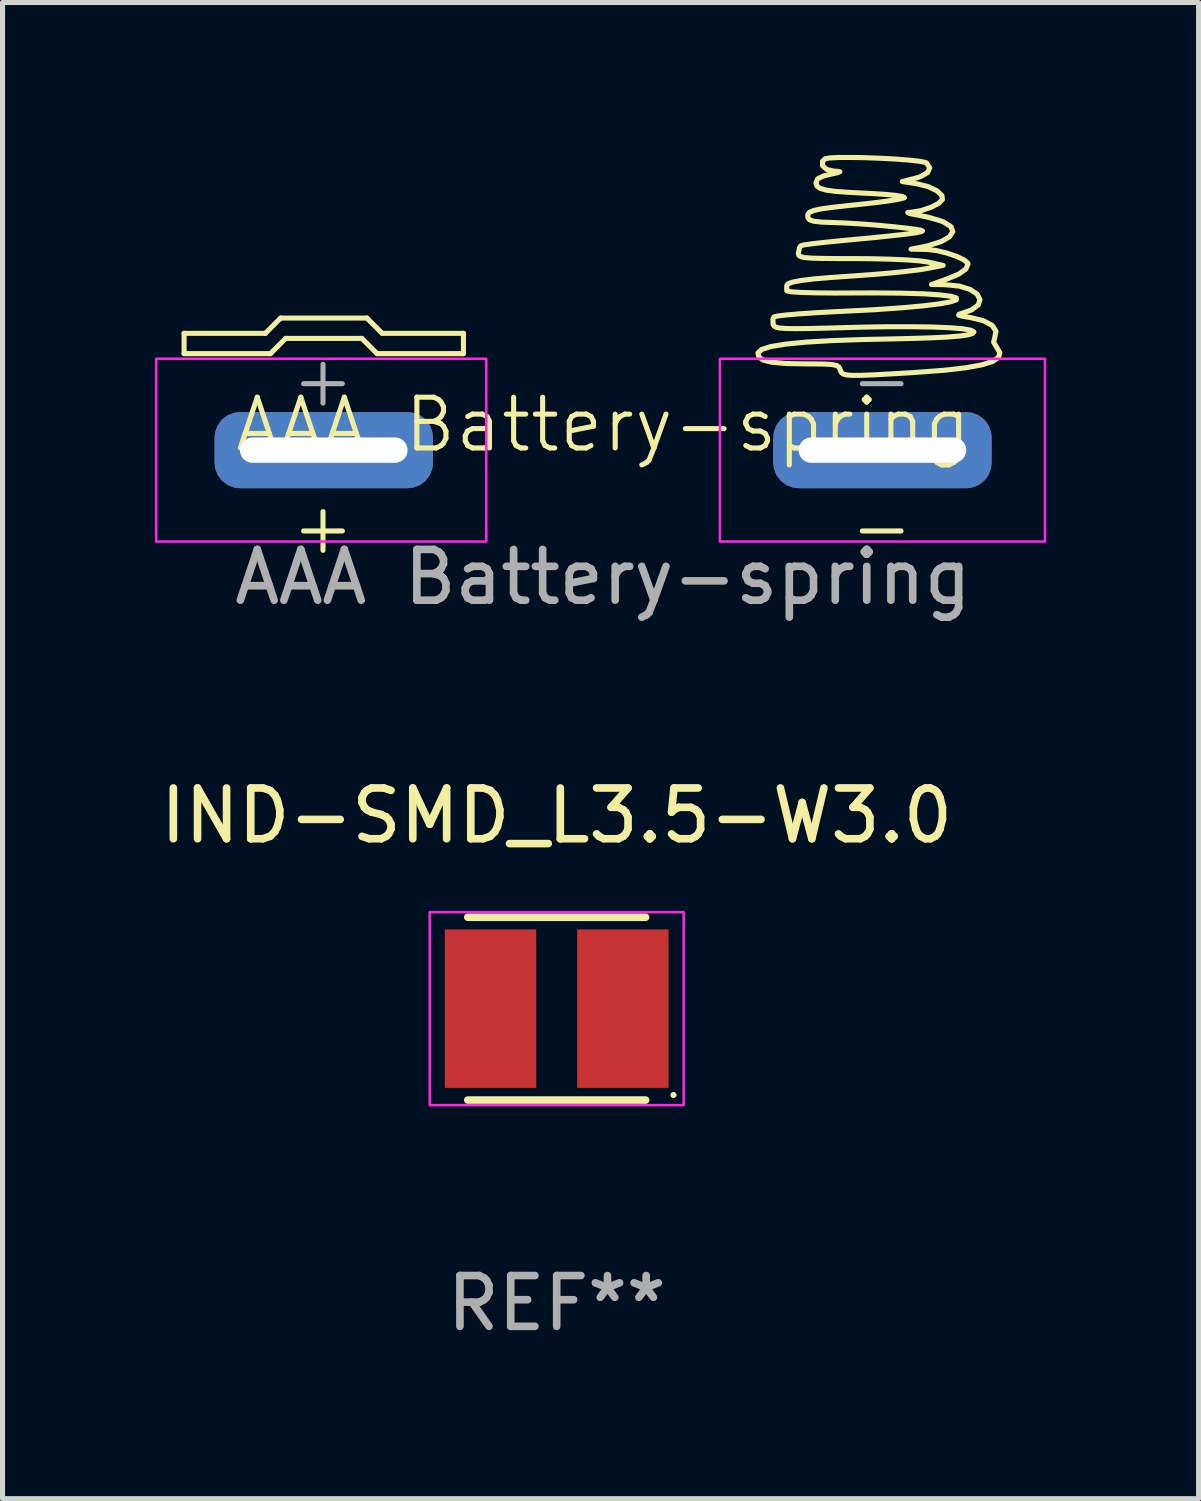
<source format=kicad_pcb>
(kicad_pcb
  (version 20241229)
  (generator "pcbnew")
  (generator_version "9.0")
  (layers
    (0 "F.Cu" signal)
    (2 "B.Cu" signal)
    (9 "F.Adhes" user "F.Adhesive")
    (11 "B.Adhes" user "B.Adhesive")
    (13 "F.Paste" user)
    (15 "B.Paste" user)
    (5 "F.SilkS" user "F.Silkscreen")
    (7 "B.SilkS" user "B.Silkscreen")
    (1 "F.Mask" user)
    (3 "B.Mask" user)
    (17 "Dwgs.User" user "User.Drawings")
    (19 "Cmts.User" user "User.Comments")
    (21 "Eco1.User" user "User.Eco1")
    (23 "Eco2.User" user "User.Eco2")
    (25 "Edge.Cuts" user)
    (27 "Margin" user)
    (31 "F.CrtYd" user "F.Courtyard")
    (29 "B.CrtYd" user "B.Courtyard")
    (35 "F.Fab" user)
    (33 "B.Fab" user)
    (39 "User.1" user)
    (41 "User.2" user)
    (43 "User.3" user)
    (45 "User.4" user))
  (footprint "IND-SMD_L3.5-W3.0"
    (layer "F.Cu")
    (at 7.911 16.81)
    (property "Reference" "IND-SMD_L3.5-W3.0" (at -0.000064 -3.8 0) (layer "F.SilkS") (effects (font (size 1 1) (thickness 0.15))))
    (attr smd)
    (fp_line (start -1.75 -1.8) (end 1.75 -1.8) (stroke (width 0.15) (type solid)) (layer "F.SilkS"))
    (fp_line (start 1.75 1.8) (end -1.75 1.8) (stroke (width 0.15) (type solid)) (layer "F.SilkS"))
    (fp_circle (center 2.3 1.7) (end 2.33 1.7) (stroke (width 0.06) (type solid)) (fill no) (layer "F.SilkS"))
    (fp_rect (start -2.5 -1.9) (end 2.5 1.9) (stroke (width 0.05) (type default)) (fill no) (layer "F.CrtYd"))
    (fp_text user "REF**" (at -0.000064 5.8 0) (layer "F.Fab") (effects (font (size 1 1) (thickness 0.15))))
    (pad "1" smd rect (at 1.303 0) (size 1.8 3.12) (layers "F.Cu" "F.Mask" "F.Paste"))
    (pad "2" smd rect (at -1.303 0) (size 1.8 3.12) (layers "F.Cu" "F.Mask" "F.Paste")))
  (footprint "AAA Battery-spring"
    (layer "F.Cu")
    (at 8.825 5.813)
    (property "Reference" "AAA Battery-spring" (at 0 -0.5 0) (unlocked yes) (layer "F.SilkS") (effects (font (size 1 1) (thickness 0.1))))
    (attr smd)
    (fp_line (start -8.25 -2.3) (end -8.25 -1.9) (stroke (width 0.1) (type default)) (layer "F.SilkS"))
    (fp_line (start -8.25 -1.9) (end -6.55 -1.9) (stroke (width 0.1) (type default)) (layer "F.SilkS"))
    (fp_line (start -6.65 -2.3) (end -8.25 -2.3) (stroke (width 0.1) (type default)) (layer "F.SilkS"))
    (fp_line (start -6.55 -1.9) (end -6.25 -2.2) (stroke (width 0.1) (type default)) (layer "F.SilkS"))
    (fp_line (start -6.35 -2.6) (end -6.65 -2.3) (stroke (width 0.1) (type default)) (layer "F.SilkS"))
    (fp_line (start -6.25 -2.2) (end -4.75 -2.2) (stroke (width 0.1) (type default)) (layer "F.SilkS"))
    (fp_line (start -4.75 -2.2) (end -4.45 -1.9) (stroke (width 0.1) (type default)) (layer "F.SilkS"))
    (fp_line (start -4.65 -2.6) (end -6.35 -2.6) (stroke (width 0.1) (type default)) (layer "F.SilkS"))
    (fp_line (start -4.45 -1.9) (end -2.75 -1.9) (stroke (width 0.1) (type default)) (layer "F.SilkS"))
    (fp_line (start -4.35 -2.3) (end -4.65 -2.6) (stroke (width 0.1) (type default)) (layer "F.SilkS"))
    (fp_line (start -2.75 -2.3) (end -4.35 -2.3) (stroke (width 0.1) (type default)) (layer "F.SilkS"))
    (fp_line (start -2.75 -1.9) (end -2.75 -2.3) (stroke (width 0.1) (type default)) (layer "F.SilkS"))
    (fp_poly (pts (xy 5.161 -5.758) (xy 5.462 -5.747) (xy 5.755 -5.731) (xy 6.017 -5.711) (xy 6.222 -5.689) (xy 6.346 -5.665) (xy 6.368 -5.655) (xy 6.431 -5.558) (xy 6.387 -5.464) (xy 6.245 -5.383) (xy 6.149 -5.354) (xy 5.89 -5.289) (xy 6.176 -5.245) (xy 6.401 -5.189) (xy 6.573 -5.107) (xy 6.671 -5.012) (xy 6.681 -4.936) (xy 6.607 -4.859) (xy 6.458 -4.782) (xy 6.272 -4.719) (xy 6.089 -4.687) (xy 6.07 -4.686) (xy 5.998 -4.678) (xy 6.032 -4.66) (xy 6.178 -4.631) (xy 6.193 -4.629) (xy 6.415 -4.582) (xy 6.626 -4.521) (xy 6.702 -4.493) (xy 6.848 -4.402) (xy 6.886 -4.302) (xy 6.822 -4.202) (xy 6.661 -4.108) (xy 6.41 -4.028) (xy 6.308 -4.005) (xy 6.063 -3.957) (xy 6.376 -3.951) (xy 6.561 -3.93) (xy 6.765 -3.881) (xy 6.958 -3.816) (xy 7.107 -3.746) (xy 7.182 -3.68) (xy 7.185 -3.665) (xy 7.14 -3.563) (xy 7.003 -3.466) (xy 6.779 -3.373) (xy 6.466 -3.261) (xy 6.741 -3.257) (xy 7.017 -3.229) (xy 7.228 -3.163) (xy 7.365 -3.071) (xy 7.42 -2.965) (xy 7.386 -2.857) (xy 7.254 -2.76) (xy 7.099 -2.705) (xy 7.011 -2.677) (xy 7.001 -2.657) (xy 7.084 -2.635) (xy 7.243 -2.609) (xy 7.497 -2.545) (xy 7.664 -2.453) (xy 7.736 -2.34) (xy 7.715 -2.237) (xy 7.689 -2.125) (xy 7.749 -2.026) (xy 7.811 -1.919) (xy 7.787 -1.826) (xy 7.672 -1.747) (xy 7.461 -1.68) (xy 7.15 -1.623) (xy 6.734 -1.574) (xy 6.209 -1.534) (xy 6.106 -1.527) (xy 5.67 -1.501) (xy 5.334 -1.483) (xy 5.086 -1.473) (xy 4.911 -1.472) (xy 4.797 -1.48) (xy 4.728 -1.498) (xy 4.691 -1.527) (xy 4.673 -1.566) (xy 4.668 -1.583) (xy 4.647 -1.633) (xy 4.6 -1.666) (xy 4.508 -1.685) (xy 4.348 -1.695) (xy 4.102 -1.698) (xy 3.986 -1.698) (xy 3.607 -1.705) (xy 3.334 -1.729) (xy 3.156 -1.771) (xy 3.065 -1.834) (xy 3.05 -1.914) (xy 3.119 -1.981) (xy 3.3 -2.039) (xy 3.593 -2.087) (xy 3.999 -2.127) (xy 4.519 -2.157) (xy 5.152 -2.179) (xy 5.458 -2.185) (xy 5.999 -2.197) (xy 6.434 -2.21) (xy 6.77 -2.226) (xy 7.017 -2.246) (xy 7.182 -2.269) (xy 7.274 -2.296) (xy 7.301 -2.328) (xy 7.245 -2.361) (xy 7.085 -2.389) (xy 6.83 -2.41) (xy 6.491 -2.424) (xy 6.078 -2.43) (xy 5.601 -2.43) (xy 5.072 -2.421) (xy 4.822 -2.414) (xy 4.377 -2.402) (xy 4.034 -2.394) (xy 3.778 -2.392) (xy 3.598 -2.395) (xy 3.478 -2.404) (xy 3.405 -2.42) (xy 3.367 -2.443) (xy 3.349 -2.471) (xy 3.343 -2.581) (xy 3.365 -2.623) (xy 3.436 -2.641) (xy 3.604 -2.661) (xy 3.854 -2.683) (xy 4.167 -2.704) (xy 4.526 -2.724) (xy 4.712 -2.733) (xy 5.346 -2.765) (xy 5.877 -2.802) (xy 6.304 -2.841) (xy 6.627 -2.881) (xy 6.845 -2.921) (xy 6.955 -2.96) (xy 6.958 -2.996) (xy 6.851 -3.029) (xy 6.635 -3.056) (xy 6.308 -3.078) (xy 5.868 -3.091) (xy 5.315 -3.096) (xy 5.012 -3.095) (xy 4.553 -3.093) (xy 4.176 -3.097) (xy 3.89 -3.105) (xy 3.701 -3.118) (xy 3.618 -3.135) (xy 3.615 -3.14) (xy 3.616 -3.236) (xy 3.616 -3.239) (xy 3.645 -3.277) (xy 3.737 -3.31) (xy 3.902 -3.341) (xy 4.151 -3.371) (xy 4.494 -3.4) (xy 4.939 -3.431) (xy 5.3 -3.457) (xy 5.652 -3.487) (xy 5.965 -3.519) (xy 6.21 -3.549) (xy 6.321 -3.566) (xy 6.696 -3.637) (xy 6.391 -3.704) (xy 6.228 -3.727) (xy 5.972 -3.746) (xy 5.647 -3.76) (xy 5.274 -3.769) (xy 4.966 -3.771) (xy 4.58 -3.772) (xy 4.295 -3.775) (xy 4.095 -3.781) (xy 3.965 -3.792) (xy 3.89 -3.81) (xy 3.855 -3.835) (xy 3.846 -3.871) (xy 3.845 -3.883) (xy 3.869 -3.992) (xy 3.898 -4.027) (xy 3.97 -4.043) (xy 4.137 -4.066) (xy 4.379 -4.093) (xy 4.675 -4.123) (xy 4.92 -4.146) (xy 5.264 -4.178) (xy 5.587 -4.211) (xy 5.864 -4.241) (xy 6.069 -4.266) (xy 6.149 -4.278) (xy 6.251 -4.299) (xy 6.289 -4.316) (xy 6.251 -4.332) (xy 6.127 -4.352) (xy 5.905 -4.379) (xy 5.746 -4.396) (xy 5.412 -4.428) (xy 5.054 -4.455) (xy 4.726 -4.474) (xy 4.566 -4.48) (xy 4.312 -4.489) (xy 4.153 -4.505) (xy 4.066 -4.533) (xy 4.032 -4.577) (xy 4.03 -4.585) (xy 4.03 -4.639) (xy 4.062 -4.681) (xy 4.141 -4.716) (xy 4.282 -4.748) (xy 4.499 -4.779) (xy 4.807 -4.813) (xy 5.046 -4.838) (xy 5.346 -4.871) (xy 5.606 -4.905) (xy 5.803 -4.937) (xy 5.916 -4.964) (xy 5.933 -4.972) (xy 5.898 -4.993) (xy 5.766 -5.015) (xy 5.555 -5.036) (xy 5.281 -5.053) (xy 5.216 -5.056) (xy 4.844 -5.075) (xy 4.572 -5.095) (xy 4.386 -5.121) (xy 4.27 -5.155) (xy 4.21 -5.201) (xy 4.191 -5.26) (xy 4.191 -5.269) (xy 4.226 -5.343) (xy 4.343 -5.399) (xy 4.464 -5.429) (xy 4.616 -5.462) (xy 4.662 -5.481) (xy 4.61 -5.49) (xy 4.549 -5.492) (xy 4.404 -5.527) (xy 4.321 -5.6) (xy 4.321 -5.687) (xy 4.37 -5.736) (xy 4.457 -5.753) (xy 4.634 -5.762) (xy 4.877 -5.763)) (stroke (width 0.1) (type solid)) (fill no) (layer "F.SilkS"))
    (fp_rect (start -8.8 -1.8) (end -2.3 1.8) (stroke (width 0.05) (type default)) (fill no) (layer "F.CrtYd"))
    (fp_rect (start 2.3 1.8) (end 8.7 -1.8) (stroke (width 0.05) (type default)) (fill no) (layer "F.CrtYd"))
    (fp_text user "+" (at -6.2 2.1 0) (unlocked yes) (layer "F.SilkS") (effects (font (size 1 1) (thickness 0.1)) (justify left bottom)))
    (fp_text user "-" (at 4.8 2.1 0) (unlocked yes) (layer "F.SilkS") (effects (font (size 1 1) (thickness 0.1)) (justify left bottom)))
    (fp_text user "-" (at 4.8 -0.8 0) (unlocked yes) (layer "F.Fab") (effects (font (size 1 1) (thickness 0.1)) (justify left bottom)))
    (fp_text user "+" (at -6.2 -0.8 0) (unlocked yes) (layer "F.Fab") (effects (font (size 1 1) (thickness 0.1)) (justify left bottom)))
    (fp_text user "${REFERENCE}" (at 0 2.5 0) (unlocked yes) (layer "F.Fab") (effects (font (size 1 1) (thickness 0.15))))
    (pad "1" thru_hole roundrect (at -5.5 0) (size 4.3 1.5) (drill oval 3.3 0.5) (layers "*.Cu" "*.Mask") (roundrect_rratio 0.333))
    (pad "2" thru_hole roundrect (at 5.5 0) (size 4.3 1.5) (drill oval 3.3 0.5) (layers "*.Cu" "*.Mask") (roundrect_rratio 0.333)))
  (gr_rect
    (start -3 -3)
    (end 20.55 26.458)
    (stroke (width 0.1) (type default))
    (fill no)
    (layer "Edge.Cuts")))
</source>
